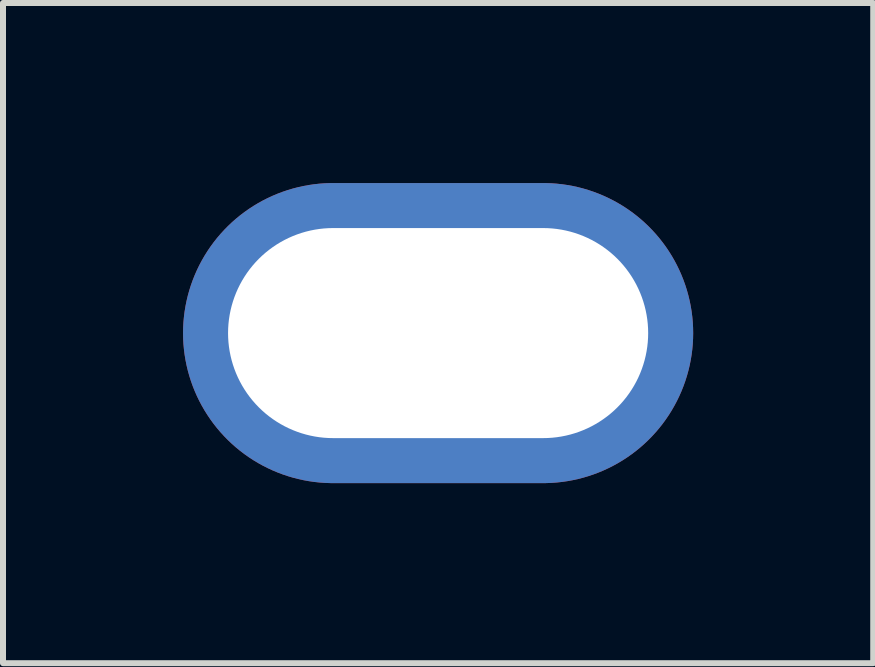
<source format=kicad_pcb>
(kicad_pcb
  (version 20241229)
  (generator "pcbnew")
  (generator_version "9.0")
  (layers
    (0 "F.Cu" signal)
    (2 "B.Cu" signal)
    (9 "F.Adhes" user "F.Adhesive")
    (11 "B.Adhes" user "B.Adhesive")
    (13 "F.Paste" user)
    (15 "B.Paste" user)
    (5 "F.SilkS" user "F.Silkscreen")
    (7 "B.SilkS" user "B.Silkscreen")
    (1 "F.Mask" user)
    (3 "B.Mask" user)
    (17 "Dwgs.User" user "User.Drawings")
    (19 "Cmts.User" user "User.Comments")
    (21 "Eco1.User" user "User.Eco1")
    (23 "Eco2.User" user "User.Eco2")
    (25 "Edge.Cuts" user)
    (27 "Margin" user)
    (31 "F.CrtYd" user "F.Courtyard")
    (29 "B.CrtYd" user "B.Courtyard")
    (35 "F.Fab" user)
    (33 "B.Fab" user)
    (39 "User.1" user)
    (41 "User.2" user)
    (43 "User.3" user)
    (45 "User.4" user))
  (footprint "VIA_oval"
    (layer "F.Cu")
    (at 4.25 2.5)
    (property "Reference" "VIA_oval" (at 0 0.5 0) (layer "F.SilkS") (effects (font (size 1 1) (thickness 0.15))))
    (attr through_hole)
    (pad "1" thru_hole oval (at 0 0) (size 8.5 5) (drill oval 7 3.5) (layers "*.Cu" "*.Mask")))
  (gr_rect
    (start -3 -3)
    (end 11.5 8)
    (stroke (width 0.1) (type default))
    (fill no)
    (layer "Edge.Cuts")))
</source>
